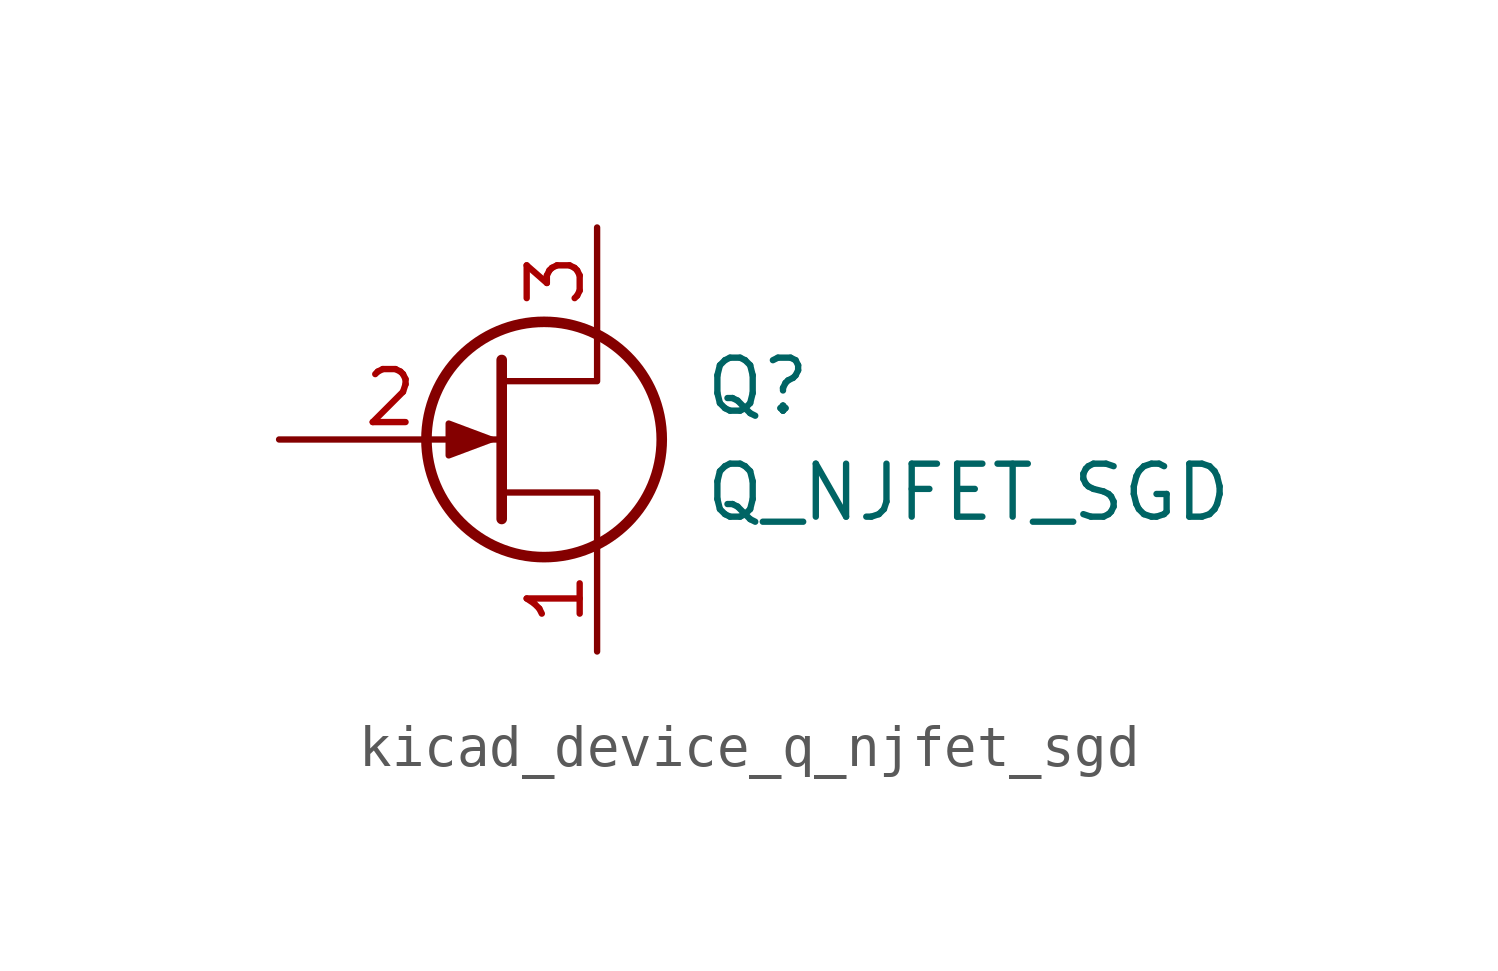
<source format=kicad_sym>
(kicad_symbol_lib
  (version 20220914)
  (generator kicad_symbol_editor)
  (symbol "kicad_device_q_njfet_sgd"
    (pin_names
      (offset 0) hide)
    (property "Reference" "Q"
      (at 5.08 1.27 0)
      (effects (font (size 1.27 1.27)) (justify left)))
    (property "Value" "Q_NJFET_SGD"
      (at 5.08 -1.27 0)
      (effects (font (size 1.27 1.27)) (justify left)))
    (symbol "kicad_device_q_njfet_sgd_0_1"
      (polyline (pts (xy 0.254 1.905) (xy 0.254 -1.905) (xy 0.254 -1.905)) (stroke (width 0.254) (type default)) (fill (type none)))
      (polyline (pts (xy 2.54 -2.54) (xy 2.54 -1.27) (xy 0.254 -1.27)) (stroke (width 0) (type default)) (fill (type none)))
      (polyline (pts (xy 2.54 2.54) (xy 2.54 1.397) (xy 0.254 1.397)) (stroke (width 0) (type default)) (fill (type none)))
      (polyline (pts (xy 0 0) (xy -1.016 0.381) (xy -1.016 -0.381) (xy 0 0)) (stroke (width 0) (type default)) (fill (type outline)))
      (circle (center 1.27 0) (radius 2.819) (stroke (width 0.254) (type default)) (fill (type none))))
    (symbol "kicad_device_q_njfet_sgd_1_1"
      (pin passive line (at 2.54 -5.08 90) (length 2.54) (name "S" (effects (font (size 1.27 1.27)))) (number "1" (effects (font (size 1.27 1.27)))))
      (pin input line (at -5.08 0 0) (length 5.334) (name "G" (effects (font (size 1.27 1.27)))) (number "2" (effects (font (size 1.27 1.27)))))
      (pin passive line (at 2.54 5.08 270) (length 2.54) (name "D" (effects (font (size 1.27 1.27)))) (number "3" (effects (font (size 1.27 1.27))))))))
</source>
